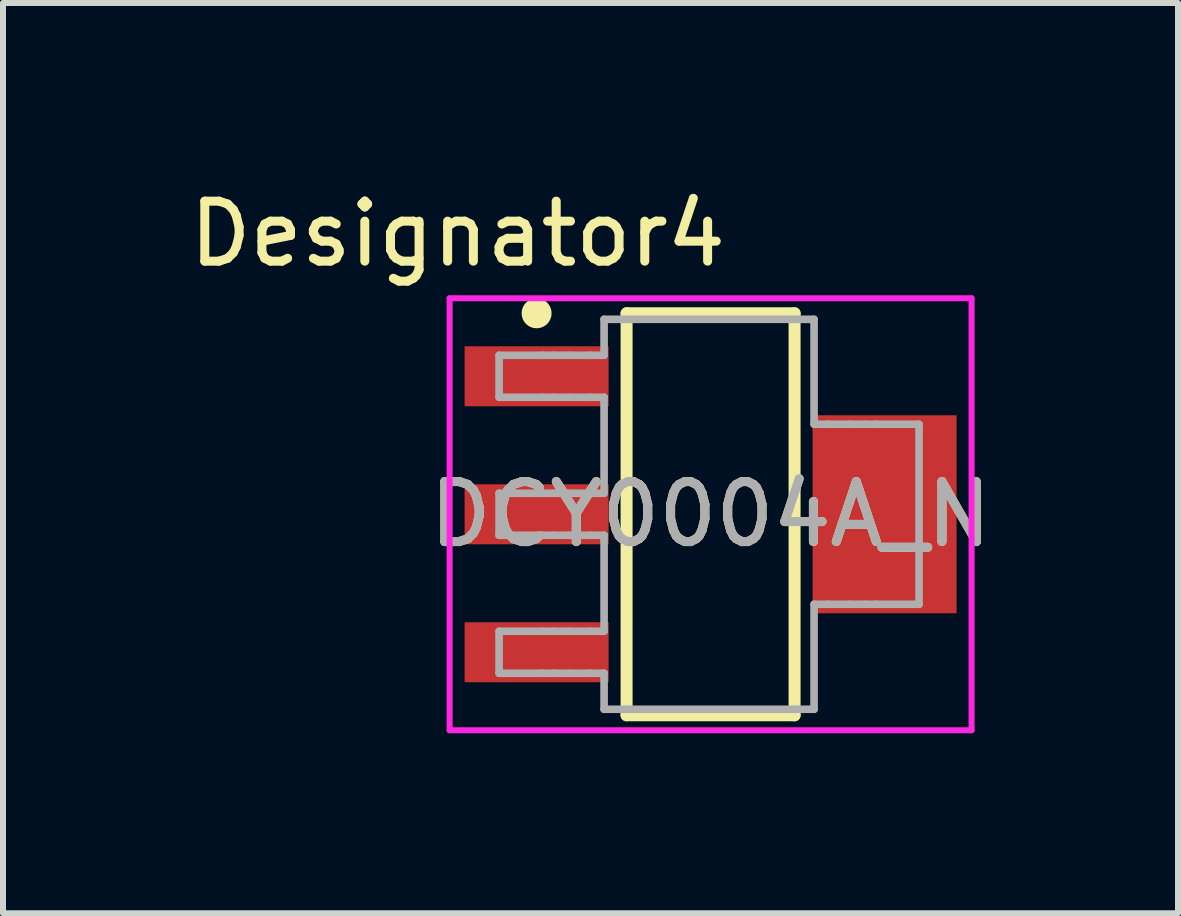
<source format=kicad_pcb>
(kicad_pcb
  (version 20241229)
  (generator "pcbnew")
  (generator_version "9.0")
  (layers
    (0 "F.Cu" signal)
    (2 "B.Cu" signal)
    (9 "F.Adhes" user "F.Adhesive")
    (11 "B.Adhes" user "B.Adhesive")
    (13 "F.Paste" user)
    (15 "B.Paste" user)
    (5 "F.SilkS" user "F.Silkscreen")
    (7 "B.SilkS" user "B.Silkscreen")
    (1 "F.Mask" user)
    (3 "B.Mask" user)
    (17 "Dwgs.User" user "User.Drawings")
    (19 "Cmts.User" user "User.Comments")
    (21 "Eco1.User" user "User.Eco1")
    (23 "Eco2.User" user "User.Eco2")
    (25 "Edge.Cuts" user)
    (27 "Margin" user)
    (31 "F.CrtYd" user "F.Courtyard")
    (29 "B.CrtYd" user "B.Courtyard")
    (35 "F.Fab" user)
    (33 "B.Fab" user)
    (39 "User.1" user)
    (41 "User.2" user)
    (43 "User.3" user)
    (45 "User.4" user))
  (footprint "DCY0004A_N"
    (layer "F.Cu")
    (at 8.794 5.522)
    (property "Reference" "DCY0004A_N" (at 0 0 0) (unlocked yes) (layer "F.SilkS") (effects (font (size 1 1) (thickness 0.15))))
    (attr smd)
    (fp_line (start -1.4 -3.35) (end 1.4 -3.35) (stroke (width 0.2) (type solid)) (layer "F.SilkS"))
    (fp_line (start -1.4 3.35) (end -1.4 -3.35) (stroke (width 0.2) (type solid)) (layer "F.SilkS"))
    (fp_line (start -1.4 3.35) (end 1.4 3.35) (stroke (width 0.2) (type solid)) (layer "F.SilkS"))
    (fp_line (start 1.4 3.35) (end 1.4 -3.35) (stroke (width 0.2) (type solid)) (layer "F.SilkS"))
    (fp_circle (center -2.9 -3.35) (end -2.775 -3.35) (stroke (width 0.25) (type solid)) (fill no) (layer "F.SilkS"))
    (fp_line (start -4.35 -3.6) (end 4.35 -3.6) (stroke (width 0.1) (type solid)) (layer "F.CrtYd"))
    (fp_line (start -4.35 3.6) (end -4.35 -3.6) (stroke (width 0.1) (type solid)) (layer "F.CrtYd"))
    (fp_line (start -4.35 3.6) (end 4.35 3.6) (stroke (width 0.1) (type solid)) (layer "F.CrtYd"))
    (fp_line (start 4.35 3.6) (end 4.35 -3.6) (stroke (width 0.1) (type solid)) (layer "F.CrtYd"))
    (fp_line (start -3.525 -2.65) (end -2.797 -2.65) (stroke (width 0.127) (type solid)) (layer "F.Fab"))
    (fp_line (start -3.525 -1.95) (end -3.525 -2.65) (stroke (width 0.127) (type solid)) (layer "F.Fab"))
    (fp_line (start -3.525 -1.95) (end -2.797 -1.95) (stroke (width 0.127) (type solid)) (layer "F.Fab"))
    (fp_line (start -3.525 -0.35) (end -2.797 -0.35) (stroke (width 0.127) (type solid)) (layer "F.Fab"))
    (fp_line (start -3.525 0.35) (end -3.525 -0.35) (stroke (width 0.127) (type solid)) (layer "F.Fab"))
    (fp_line (start -3.525 0.35) (end -2.797 0.35) (stroke (width 0.127) (type solid)) (layer "F.Fab"))
    (fp_line (start -3.525 1.95) (end -2.797 1.95) (stroke (width 0.127) (type solid)) (layer "F.Fab"))
    (fp_line (start -3.525 2.65) (end -3.525 1.95) (stroke (width 0.127) (type solid)) (layer "F.Fab"))
    (fp_line (start -3.525 2.65) (end -2.797 2.65) (stroke (width 0.127) (type solid)) (layer "F.Fab"))
    (fp_line (start -2.797 -2.65) (end -2.612 -2.65) (stroke (width 0.127) (type solid)) (layer "F.Fab"))
    (fp_line (start -2.797 -1.95) (end -2.612 -1.95) (stroke (width 0.127) (type solid)) (layer "F.Fab"))
    (fp_line (start -2.797 -0.35) (end -2.612 -0.35) (stroke (width 0.127) (type solid)) (layer "F.Fab"))
    (fp_line (start -2.797 0.35) (end -2.612 0.35) (stroke (width 0.127) (type solid)) (layer "F.Fab"))
    (fp_line (start -2.797 1.95) (end -2.612 1.95) (stroke (width 0.127) (type solid)) (layer "F.Fab"))
    (fp_line (start -2.797 2.65) (end -2.612 2.65) (stroke (width 0.127) (type solid)) (layer "F.Fab"))
    (fp_line (start -2.612 -2.65) (end -2.374 -2.65) (stroke (width 0.127) (type solid)) (layer "F.Fab"))
    (fp_line (start -2.612 -1.95) (end -2.374 -1.95) (stroke (width 0.127) (type solid)) (layer "F.Fab"))
    (fp_line (start -2.612 -0.35) (end -2.374 -0.35) (stroke (width 0.127) (type solid)) (layer "F.Fab"))
    (fp_line (start -2.612 0.35) (end -2.374 0.35) (stroke (width 0.127) (type solid)) (layer "F.Fab"))
    (fp_line (start -2.612 1.95) (end -2.374 1.95) (stroke (width 0.127) (type solid)) (layer "F.Fab"))
    (fp_line (start -2.612 2.65) (end -2.374 2.65) (stroke (width 0.127) (type solid)) (layer "F.Fab"))
    (fp_line (start -2.374 -2.65) (end -2.003 -2.65) (stroke (width 0.127) (type solid)) (layer "F.Fab"))
    (fp_line (start -2.374 -1.95) (end -2.003 -1.95) (stroke (width 0.127) (type solid)) (layer "F.Fab"))
    (fp_line (start -2.374 -0.35) (end -2.003 -0.35) (stroke (width 0.127) (type solid)) (layer "F.Fab"))
    (fp_line (start -2.374 0.35) (end -2.003 0.35) (stroke (width 0.127) (type solid)) (layer "F.Fab"))
    (fp_line (start -2.374 1.95) (end -2.003 1.95) (stroke (width 0.127) (type solid)) (layer "F.Fab"))
    (fp_line (start -2.374 2.65) (end -2.003 2.65) (stroke (width 0.127) (type solid)) (layer "F.Fab"))
    (fp_line (start -2.003 -2.65) (end -1.775 -2.65) (stroke (width 0.127) (type solid)) (layer "F.Fab"))
    (fp_line (start -2.003 -1.95) (end -1.775 -1.95) (stroke (width 0.127) (type solid)) (layer "F.Fab"))
    (fp_line (start -2.003 -0.35) (end -1.775 -0.35) (stroke (width 0.127) (type solid)) (layer "F.Fab"))
    (fp_line (start -2.003 0.35) (end -1.775 0.35) (stroke (width 0.127) (type solid)) (layer "F.Fab"))
    (fp_line (start -2.003 1.95) (end -1.775 1.95) (stroke (width 0.127) (type solid)) (layer "F.Fab"))
    (fp_line (start -2.003 2.65) (end -1.775 2.65) (stroke (width 0.127) (type solid)) (layer "F.Fab"))
    (fp_line (start -1.775 -3.25) (end 1.725 -3.25) (stroke (width 0.127) (type solid)) (layer "F.Fab"))
    (fp_line (start -1.775 -2.65) (end -1.775 -3.25) (stroke (width 0.127) (type solid)) (layer "F.Fab"))
    (fp_line (start -1.775 -0.35) (end -1.775 -1.95) (stroke (width 0.127) (type solid)) (layer "F.Fab"))
    (fp_line (start -1.775 1.95) (end -1.775 0.35) (stroke (width 0.127) (type solid)) (layer "F.Fab"))
    (fp_line (start -1.775 3.25) (end -1.775 2.65) (stroke (width 0.127) (type solid)) (layer "F.Fab"))
    (fp_line (start -1.775 3.25) (end 1.725 3.25) (stroke (width 0.127) (type solid)) (layer "F.Fab"))
    (fp_line (start 1.725 -1.5) (end 1.725 -3.25) (stroke (width 0.127) (type solid)) (layer "F.Fab"))
    (fp_line (start 1.725 -1.5) (end 1.953 -1.5) (stroke (width 0.127) (type solid)) (layer "F.Fab"))
    (fp_line (start 1.725 1.5) (end 1.953 1.5) (stroke (width 0.127) (type solid)) (layer "F.Fab"))
    (fp_line (start 1.725 3.25) (end 1.725 1.5) (stroke (width 0.127) (type solid)) (layer "F.Fab"))
    (fp_line (start 1.953 -1.5) (end 2.324 -1.5) (stroke (width 0.127) (type solid)) (layer "F.Fab"))
    (fp_line (start 1.953 1.5) (end 2.324 1.5) (stroke (width 0.127) (type solid)) (layer "F.Fab"))
    (fp_line (start 2.324 -1.5) (end 2.562 -1.5) (stroke (width 0.127) (type solid)) (layer "F.Fab"))
    (fp_line (start 2.324 1.5) (end 2.562 1.5) (stroke (width 0.127) (type solid)) (layer "F.Fab"))
    (fp_line (start 2.562 -1.5) (end 2.747 -1.5) (stroke (width 0.127) (type solid)) (layer "F.Fab"))
    (fp_line (start 2.562 1.5) (end 2.747 1.5) (stroke (width 0.127) (type solid)) (layer "F.Fab"))
    (fp_line (start 2.747 -1.5) (end 3.475 -1.5) (stroke (width 0.127) (type solid)) (layer "F.Fab"))
    (fp_line (start 2.747 1.5) (end 3.475 1.5) (stroke (width 0.127) (type solid)) (layer "F.Fab"))
    (fp_line (start 3.475 1.5) (end 3.475 -1.5) (stroke (width 0.127) (type solid)) (layer "F.Fab"))
    (fp_text user "Designator4" (at -4.216 -4.674 0) (unlocked yes) (layer "F.SilkS") (effects (font (size 1 1) (thickness 0.15))))
    (fp_text user "${REFERENCE}" (at 0 0 0) (unlocked yes) (layer "F.Fab") (effects (font (size 1 1) (thickness 0.15))))
    (pad "1" smd rect (at -2.9 -2.3 90) (size 1 2.4) (layers "F.Cu" "F.Mask" "F.Paste"))
    (pad "2" smd rect (at -2.9 0 90) (size 1 2.4) (layers "F.Cu" "F.Mask" "F.Paste"))
    (pad "3" smd rect (at -2.9 2.3 90) (size 1 2.4) (layers "F.Cu" "F.Mask" "F.Paste"))
    (pad "4" smd rect (at 2.9 0 90) (size 3.3 2.4) (layers "F.Cu" "F.Mask" "F.Paste")))
  (gr_rect
    (start -3 -3)
    (end 16.585 12.172)
    (stroke (width 0.1) (type default))
    (fill no)
    (layer "Edge.Cuts")))
</source>
